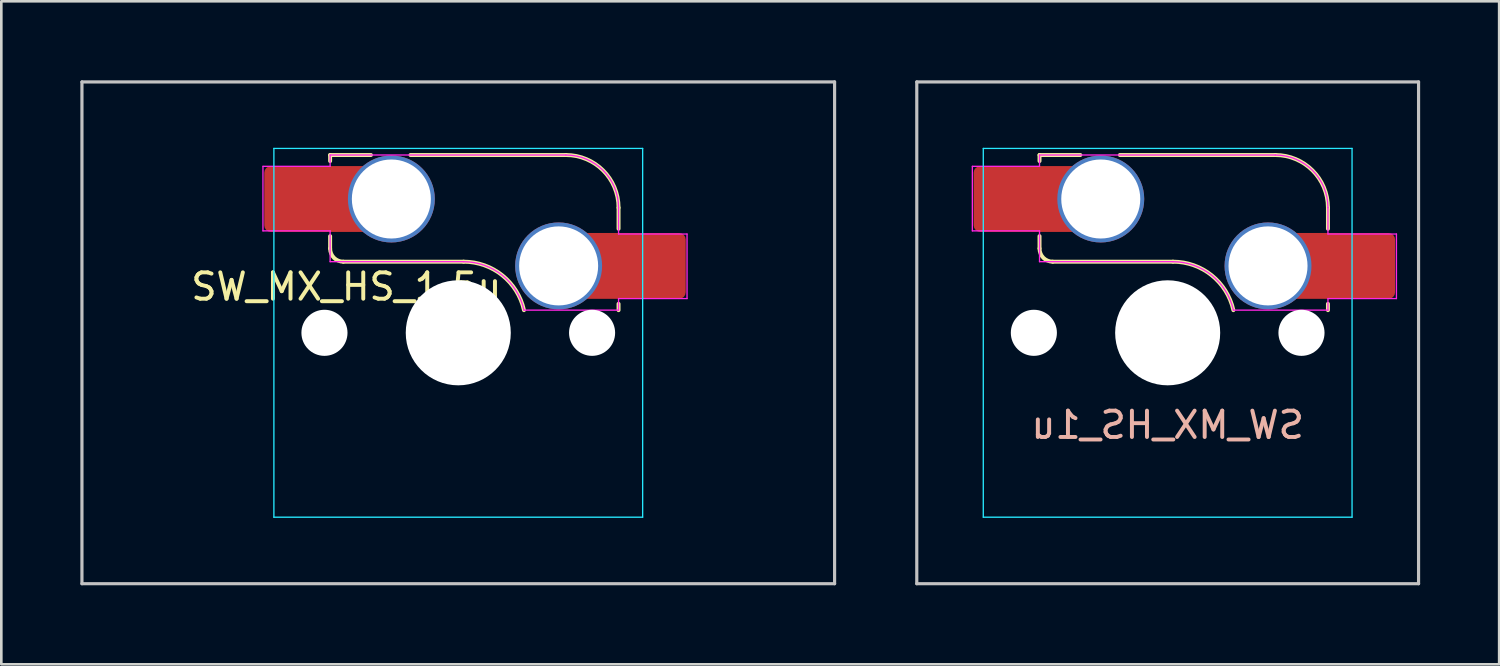
<source format=kicad_pcb>
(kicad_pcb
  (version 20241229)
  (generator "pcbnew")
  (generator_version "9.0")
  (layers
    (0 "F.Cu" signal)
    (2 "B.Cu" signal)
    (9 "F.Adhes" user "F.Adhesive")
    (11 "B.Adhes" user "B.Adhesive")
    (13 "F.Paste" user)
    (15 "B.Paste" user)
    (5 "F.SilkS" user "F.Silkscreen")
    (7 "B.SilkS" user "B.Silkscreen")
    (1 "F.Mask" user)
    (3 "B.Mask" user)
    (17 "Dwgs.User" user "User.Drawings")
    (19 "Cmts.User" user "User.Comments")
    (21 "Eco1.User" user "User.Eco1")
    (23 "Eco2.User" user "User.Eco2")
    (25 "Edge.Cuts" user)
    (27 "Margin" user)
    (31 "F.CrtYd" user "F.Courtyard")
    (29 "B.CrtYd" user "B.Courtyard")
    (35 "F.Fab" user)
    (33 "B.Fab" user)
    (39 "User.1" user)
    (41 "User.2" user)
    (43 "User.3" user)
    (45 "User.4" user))
  (footprint "SW_MX_HS_1u"
    (layer "F.Cu")
    (at 41.28 9.585)
    (property "Reference" "SW_MX_HS_1u" (at 0 3.5 0) (layer "B.SilkS") (effects (font (size 1 1) (thickness 0.15)) (justify mirror)))
    (attr smd)
    (fp_line (start -4.865 -6.75) (end -4.865 -6.52) (stroke (width 0.15) (type solid)) (layer "F.SilkS"))
    (fp_line (start -4.865 -3.67) (end -4.865 -3.2) (stroke (width 0.15) (type solid)) (layer "F.SilkS"))
    (fp_line (start -4.365 -2.7) (end 0.2 -2.7) (stroke (width 0.15) (type solid)) (layer "F.SilkS"))
    (fp_line (start -3.315 -6.75) (end -4.865 -6.75) (stroke (width 0.15) (type solid)) (layer "F.SilkS"))
    (fp_line (start 4.085 -6.75) (end -1.815 -6.75) (stroke (width 0.15) (type solid)) (layer "F.SilkS"))
    (fp_line (start 6.085 -3.95) (end 6.085 -4.75) (stroke (width 0.15) (type solid)) (layer "F.SilkS"))
    (fp_line (start 6.085 -1.1) (end 6.085 -0.86) (stroke (width 0.15) (type solid)) (layer "F.SilkS"))
    (fp_arc (start -4.364824 -2.70022) (mid -4.718377 -2.846667) (end -4.864824 -3.20022) (stroke (width 0.15) (type solid)) (layer "F.SilkS"))
    (fp_arc (start 0.2 -2.70022) (mid 1.670693 -2.183637) (end 2.494322 -0.86022) (stroke (width 0.15) (type solid)) (layer "F.SilkS"))
    (fp_arc (start 4.085176 -6.75022) (mid 5.49939 -6.164434) (end 6.085176 -4.75022) (stroke (width 0.15) (type solid)) (layer "F.SilkS"))
    (fp_line (start -9.525 -9.525) (end 9.525 -9.525) (stroke (width 0.12) (type solid)) (layer "Dwgs.User"))
    (fp_line (start -9.525 9.525) (end -9.525 -9.525) (stroke (width 0.12) (type solid)) (layer "Dwgs.User"))
    (fp_line (start 9.525 -9.525) (end 9.525 9.525) (stroke (width 0.12) (type solid)) (layer "Dwgs.User"))
    (fp_line (start 9.525 9.525) (end -9.525 9.525) (stroke (width 0.12) (type solid)) (layer "Dwgs.User"))
    (fp_line (start -7 -6.5) (end -7 6.5) (stroke (width 0.05) (type solid)) (layer "Eco2.User"))
    (fp_line (start -6.5 7) (end 6.5 7) (stroke (width 0.05) (type solid)) (layer "Eco2.User"))
    (fp_line (start 6.5 -7) (end -6.5 -7) (stroke (width 0.05) (type solid)) (layer "Eco2.User"))
    (fp_line (start 7 6.5) (end 7 -6.5) (stroke (width 0.05) (type solid)) (layer "Eco2.User"))
    (fp_arc (start -7 -6.5) (mid -6.853553 -6.853553) (end -6.5 -7) (stroke (width 0.05) (type solid)) (layer "Eco2.User"))
    (fp_arc (start -6.497236 6.998884) (mid -6.850789 6.852437) (end -6.997236 6.498884) (stroke (width 0.05) (type solid)) (layer "Eco2.User"))
    (fp_arc (start 6.5 -7) (mid 6.853553 -6.853553) (end 7 -6.5) (stroke (width 0.05) (type solid)) (layer "Eco2.User"))
    (fp_arc (start 7 6.5) (mid 6.853553 6.853553) (end 6.5 7) (stroke (width 0.05) (type solid)) (layer "Eco2.User"))
    (fp_line (start -7 -7) (end 7 -7) (stroke (width 0.05) (type solid)) (layer "B.CrtYd"))
    (fp_line (start -7 7) (end -7 -7) (stroke (width 0.05) (type solid)) (layer "B.CrtYd"))
    (fp_line (start 7 -7) (end 7 7) (stroke (width 0.05) (type solid)) (layer "B.CrtYd"))
    (fp_line (start 7 7) (end -7 7) (stroke (width 0.05) (type solid)) (layer "B.CrtYd"))
    (fp_line (start -7.415 -6.32) (end -4.865 -6.32) (stroke (width 0.05) (type solid)) (layer "F.CrtYd"))
    (fp_line (start -7.415 -3.87) (end -7.415 -6.32) (stroke (width 0.05) (type solid)) (layer "F.CrtYd"))
    (fp_line (start -4.865 -6.75) (end -4.865 -6.32) (stroke (width 0.05) (type solid)) (layer "F.CrtYd"))
    (fp_line (start -4.865 -3.87) (end -7.415 -3.87) (stroke (width 0.05) (type solid)) (layer "F.CrtYd"))
    (fp_line (start -4.865 -3.87) (end -4.865 -2.7) (stroke (width 0.05) (type solid)) (layer "F.CrtYd"))
    (fp_line (start -4.865 -2.7) (end 0.2 -2.7) (stroke (width 0.05) (type solid)) (layer "F.CrtYd"))
    (fp_line (start 4.085 -6.75) (end -4.865 -6.75) (stroke (width 0.05) (type solid)) (layer "F.CrtYd"))
    (fp_line (start 6.085 -3.75) (end 6.085 -4.75) (stroke (width 0.05) (type solid)) (layer "F.CrtYd"))
    (fp_line (start 6.085 -3.75) (end 8.685 -3.75) (stroke (width 0.05) (type solid)) (layer "F.CrtYd"))
    (fp_line (start 6.085 -1.3) (end 6.085 -0.86) (stroke (width 0.05) (type solid)) (layer "F.CrtYd"))
    (fp_line (start 6.085 -0.86) (end 2.494 -0.86) (stroke (width 0.05) (type solid)) (layer "F.CrtYd"))
    (fp_line (start 8.685 -3.75) (end 8.685 -1.3) (stroke (width 0.05) (type solid)) (layer "F.CrtYd"))
    (fp_line (start 8.685 -1.3) (end 6.085 -1.3) (stroke (width 0.05) (type solid)) (layer "F.CrtYd"))
    (fp_arc (start 0.2 -2.70022) (mid 1.670503 -2.183399) (end 2.494322 -0.86022) (stroke (width 0.05) (type solid)) (layer "F.CrtYd"))
    (fp_arc (start 4.085176 -6.75022) (mid 5.49939 -6.164434) (end 6.085176 -4.75022) (stroke (width 0.05) (type solid)) (layer "F.CrtYd"))
    (pad "" np_thru_hole circle (at -5.08 0) (size 1.75 1.75) (drill 1.75) (layers "*.Cu" "*.Mask"))
    (pad "" np_thru_hole circle (at 0 0) (size 3.988 3.988) (drill 3.988) (layers "*.Cu" "*.Mask"))
    (pad "" np_thru_hole circle (at 5.08 0) (size 1.75 1.75) (drill 1.75) (layers "*.Cu" "*.Mask"))
    (pad "1" thru_hole circle (at 3.81 -2.54) (size 3.3 3.3) (drill 3) (layers "*.Cu"))
    (pad "1" smd rect (at 5.635 -2.54 180) (size 1.65 2.5) (layers "F.Cu"))
    (pad "1" smd roundrect (at 7.36 -2.54) (size 2.55 2.5) (layers "F.Cu" "F.Mask" "F.Paste") (roundrect_rratio 0.1))
    (pad "2" smd roundrect (at -6.09 -5.08) (size 2.55 2.5) (layers "F.Cu" "F.Mask" "F.Paste") (roundrect_rratio 0.1))
    (pad "2" smd rect (at -4.34 -5.08) (size 1.65 2.5) (layers "F.Cu"))
    (pad "2" thru_hole circle (at -2.54 -5.08) (size 3.3 3.3) (drill 3) (layers "*.Cu")))
  (footprint "SW_MX_HS_1.5u"
    (layer "F.Cu")
    (at 14.348 9.585)
    (property "Reference" "SW_MX_HS_1.5u" (at -4.25 -1.75 0) (layer "F.SilkS") (effects (font (size 1 1) (thickness 0.15))))
    (attr smd)
    (fp_line (start -4.865 -6.75) (end -4.865 -6.52) (stroke (width 0.15) (type solid)) (layer "F.SilkS"))
    (fp_line (start -4.865 -3.67) (end -4.865 -3.2) (stroke (width 0.15) (type solid)) (layer "F.SilkS"))
    (fp_line (start -4.365 -2.7) (end 0.2 -2.7) (stroke (width 0.15) (type solid)) (layer "F.SilkS"))
    (fp_line (start -3.315 -6.75) (end -4.865 -6.75) (stroke (width 0.15) (type solid)) (layer "F.SilkS"))
    (fp_line (start 4.085 -6.75) (end -1.815 -6.75) (stroke (width 0.15) (type solid)) (layer "F.SilkS"))
    (fp_line (start 6.085 -3.95) (end 6.085 -4.75) (stroke (width 0.15) (type solid)) (layer "F.SilkS"))
    (fp_line (start 6.085 -1.1) (end 6.085 -0.86) (stroke (width 0.15) (type solid)) (layer "F.SilkS"))
    (fp_arc (start -4.364824 -2.70022) (mid -4.718377 -2.846667) (end -4.864824 -3.20022) (stroke (width 0.15) (type solid)) (layer "F.SilkS"))
    (fp_arc (start 0.2 -2.70022) (mid 1.670693 -2.183637) (end 2.494322 -0.86022) (stroke (width 0.15) (type solid)) (layer "F.SilkS"))
    (fp_arc (start 4.085176 -6.75022) (mid 5.49939 -6.164434) (end 6.085176 -4.75022) (stroke (width 0.15) (type solid)) (layer "F.SilkS"))
    (fp_line (start -14.287 -9.525) (end 14.287 -9.525) (stroke (width 0.12) (type solid)) (layer "Dwgs.User"))
    (fp_line (start -14.287 9.525) (end -14.287 -9.525) (stroke (width 0.12) (type solid)) (layer "Dwgs.User"))
    (fp_line (start 14.287 -9.525) (end 14.287 9.525) (stroke (width 0.12) (type solid)) (layer "Dwgs.User"))
    (fp_line (start 14.287 9.525) (end -14.287 9.525) (stroke (width 0.12) (type solid)) (layer "Dwgs.User"))
    (fp_line (start -7 -6.5) (end -7 6.5) (stroke (width 0.05) (type solid)) (layer "Eco2.User"))
    (fp_line (start -6.5 7) (end 6.5 7) (stroke (width 0.05) (type solid)) (layer "Eco2.User"))
    (fp_line (start 6.5 -7) (end -6.5 -7) (stroke (width 0.05) (type solid)) (layer "Eco2.User"))
    (fp_line (start 7 6.5) (end 7 -6.5) (stroke (width 0.05) (type solid)) (layer "Eco2.User"))
    (fp_arc (start -7 -6.5) (mid -6.853553 -6.853553) (end -6.5 -7) (stroke (width 0.05) (type solid)) (layer "Eco2.User"))
    (fp_arc (start -6.497236 6.998884) (mid -6.850789 6.852437) (end -6.997236 6.498884) (stroke (width 0.05) (type solid)) (layer "Eco2.User"))
    (fp_arc (start 6.5 -7) (mid 6.853553 -6.853553) (end 7 -6.5) (stroke (width 0.05) (type solid)) (layer "Eco2.User"))
    (fp_arc (start 7 6.5) (mid 6.853553 6.853553) (end 6.5 7) (stroke (width 0.05) (type solid)) (layer "Eco2.User"))
    (fp_line (start -7 -7) (end 7 -7) (stroke (width 0.05) (type solid)) (layer "B.CrtYd"))
    (fp_line (start -7 7) (end -7 -7) (stroke (width 0.05) (type solid)) (layer "B.CrtYd"))
    (fp_line (start 7 -7) (end 7 7) (stroke (width 0.05) (type solid)) (layer "B.CrtYd"))
    (fp_line (start 7 7) (end -7 7) (stroke (width 0.05) (type solid)) (layer "B.CrtYd"))
    (fp_line (start -7.415 -6.32) (end -4.865 -6.32) (stroke (width 0.05) (type solid)) (layer "F.CrtYd"))
    (fp_line (start -7.415 -3.87) (end -7.415 -6.32) (stroke (width 0.05) (type solid)) (layer "F.CrtYd"))
    (fp_line (start -4.865 -6.75) (end -4.865 -6.32) (stroke (width 0.05) (type solid)) (layer "F.CrtYd"))
    (fp_line (start -4.865 -3.87) (end -7.415 -3.87) (stroke (width 0.05) (type solid)) (layer "F.CrtYd"))
    (fp_line (start -4.865 -3.87) (end -4.865 -2.7) (stroke (width 0.05) (type solid)) (layer "F.CrtYd"))
    (fp_line (start -4.865 -2.7) (end 0.2 -2.7) (stroke (width 0.05) (type solid)) (layer "F.CrtYd"))
    (fp_line (start 4.085 -6.75) (end -4.865 -6.75) (stroke (width 0.05) (type solid)) (layer "F.CrtYd"))
    (fp_line (start 6.085 -3.75) (end 6.085 -4.75) (stroke (width 0.05) (type solid)) (layer "F.CrtYd"))
    (fp_line (start 6.085 -3.75) (end 8.685 -3.75) (stroke (width 0.05) (type solid)) (layer "F.CrtYd"))
    (fp_line (start 6.085 -1.3) (end 6.085 -0.86) (stroke (width 0.05) (type solid)) (layer "F.CrtYd"))
    (fp_line (start 6.085 -0.86) (end 2.494 -0.86) (stroke (width 0.05) (type solid)) (layer "F.CrtYd"))
    (fp_line (start 8.685 -3.75) (end 8.685 -1.3) (stroke (width 0.05) (type solid)) (layer "F.CrtYd"))
    (fp_line (start 8.685 -1.3) (end 6.085 -1.3) (stroke (width 0.05) (type solid)) (layer "F.CrtYd"))
    (fp_arc (start 0.2 -2.70022) (mid 1.670503 -2.183399) (end 2.494322 -0.86022) (stroke (width 0.05) (type solid)) (layer "F.CrtYd"))
    (fp_arc (start 4.085176 -6.75022) (mid 5.49939 -6.164434) (end 6.085176 -4.75022) (stroke (width 0.05) (type solid)) (layer "F.CrtYd"))
    (pad "" np_thru_hole circle (at -5.08 0) (size 1.75 1.75) (drill 1.75) (layers "*.Cu" "*.Mask"))
    (pad "" np_thru_hole circle (at 0 0) (size 3.988 3.988) (drill 3.988) (layers "*.Cu" "*.Mask"))
    (pad "" np_thru_hole circle (at 5.08 0) (size 1.75 1.75) (drill 1.75) (layers "*.Cu" "*.Mask"))
    (pad "1" thru_hole circle (at 3.81 -2.54) (size 3.3 3.3) (drill 3) (layers "*.Cu"))
    (pad "1" smd rect (at 5.635 -2.54 180) (size 1.65 2.5) (layers "F.Cu"))
    (pad "1" smd roundrect (at 7.36 -2.54) (size 2.55 2.5) (layers "F.Cu" "F.Mask" "F.Paste") (roundrect_rratio 0.1))
    (pad "2" smd roundrect (at -6.09 -5.08) (size 2.55 2.5) (layers "F.Cu" "F.Mask" "F.Paste") (roundrect_rratio 0.1))
    (pad "2" smd rect (at -4.34 -5.08) (size 1.65 2.5) (layers "F.Cu"))
    (pad "2" thru_hole circle (at -2.54 -5.08) (size 3.3 3.3) (drill 3) (layers "*.Cu")))
  (gr_rect
    (start -3 -3)
    (end 53.865 22.17)
    (stroke (width 0.1) (type default))
    (fill no)
    (layer "Edge.Cuts")))
</source>
